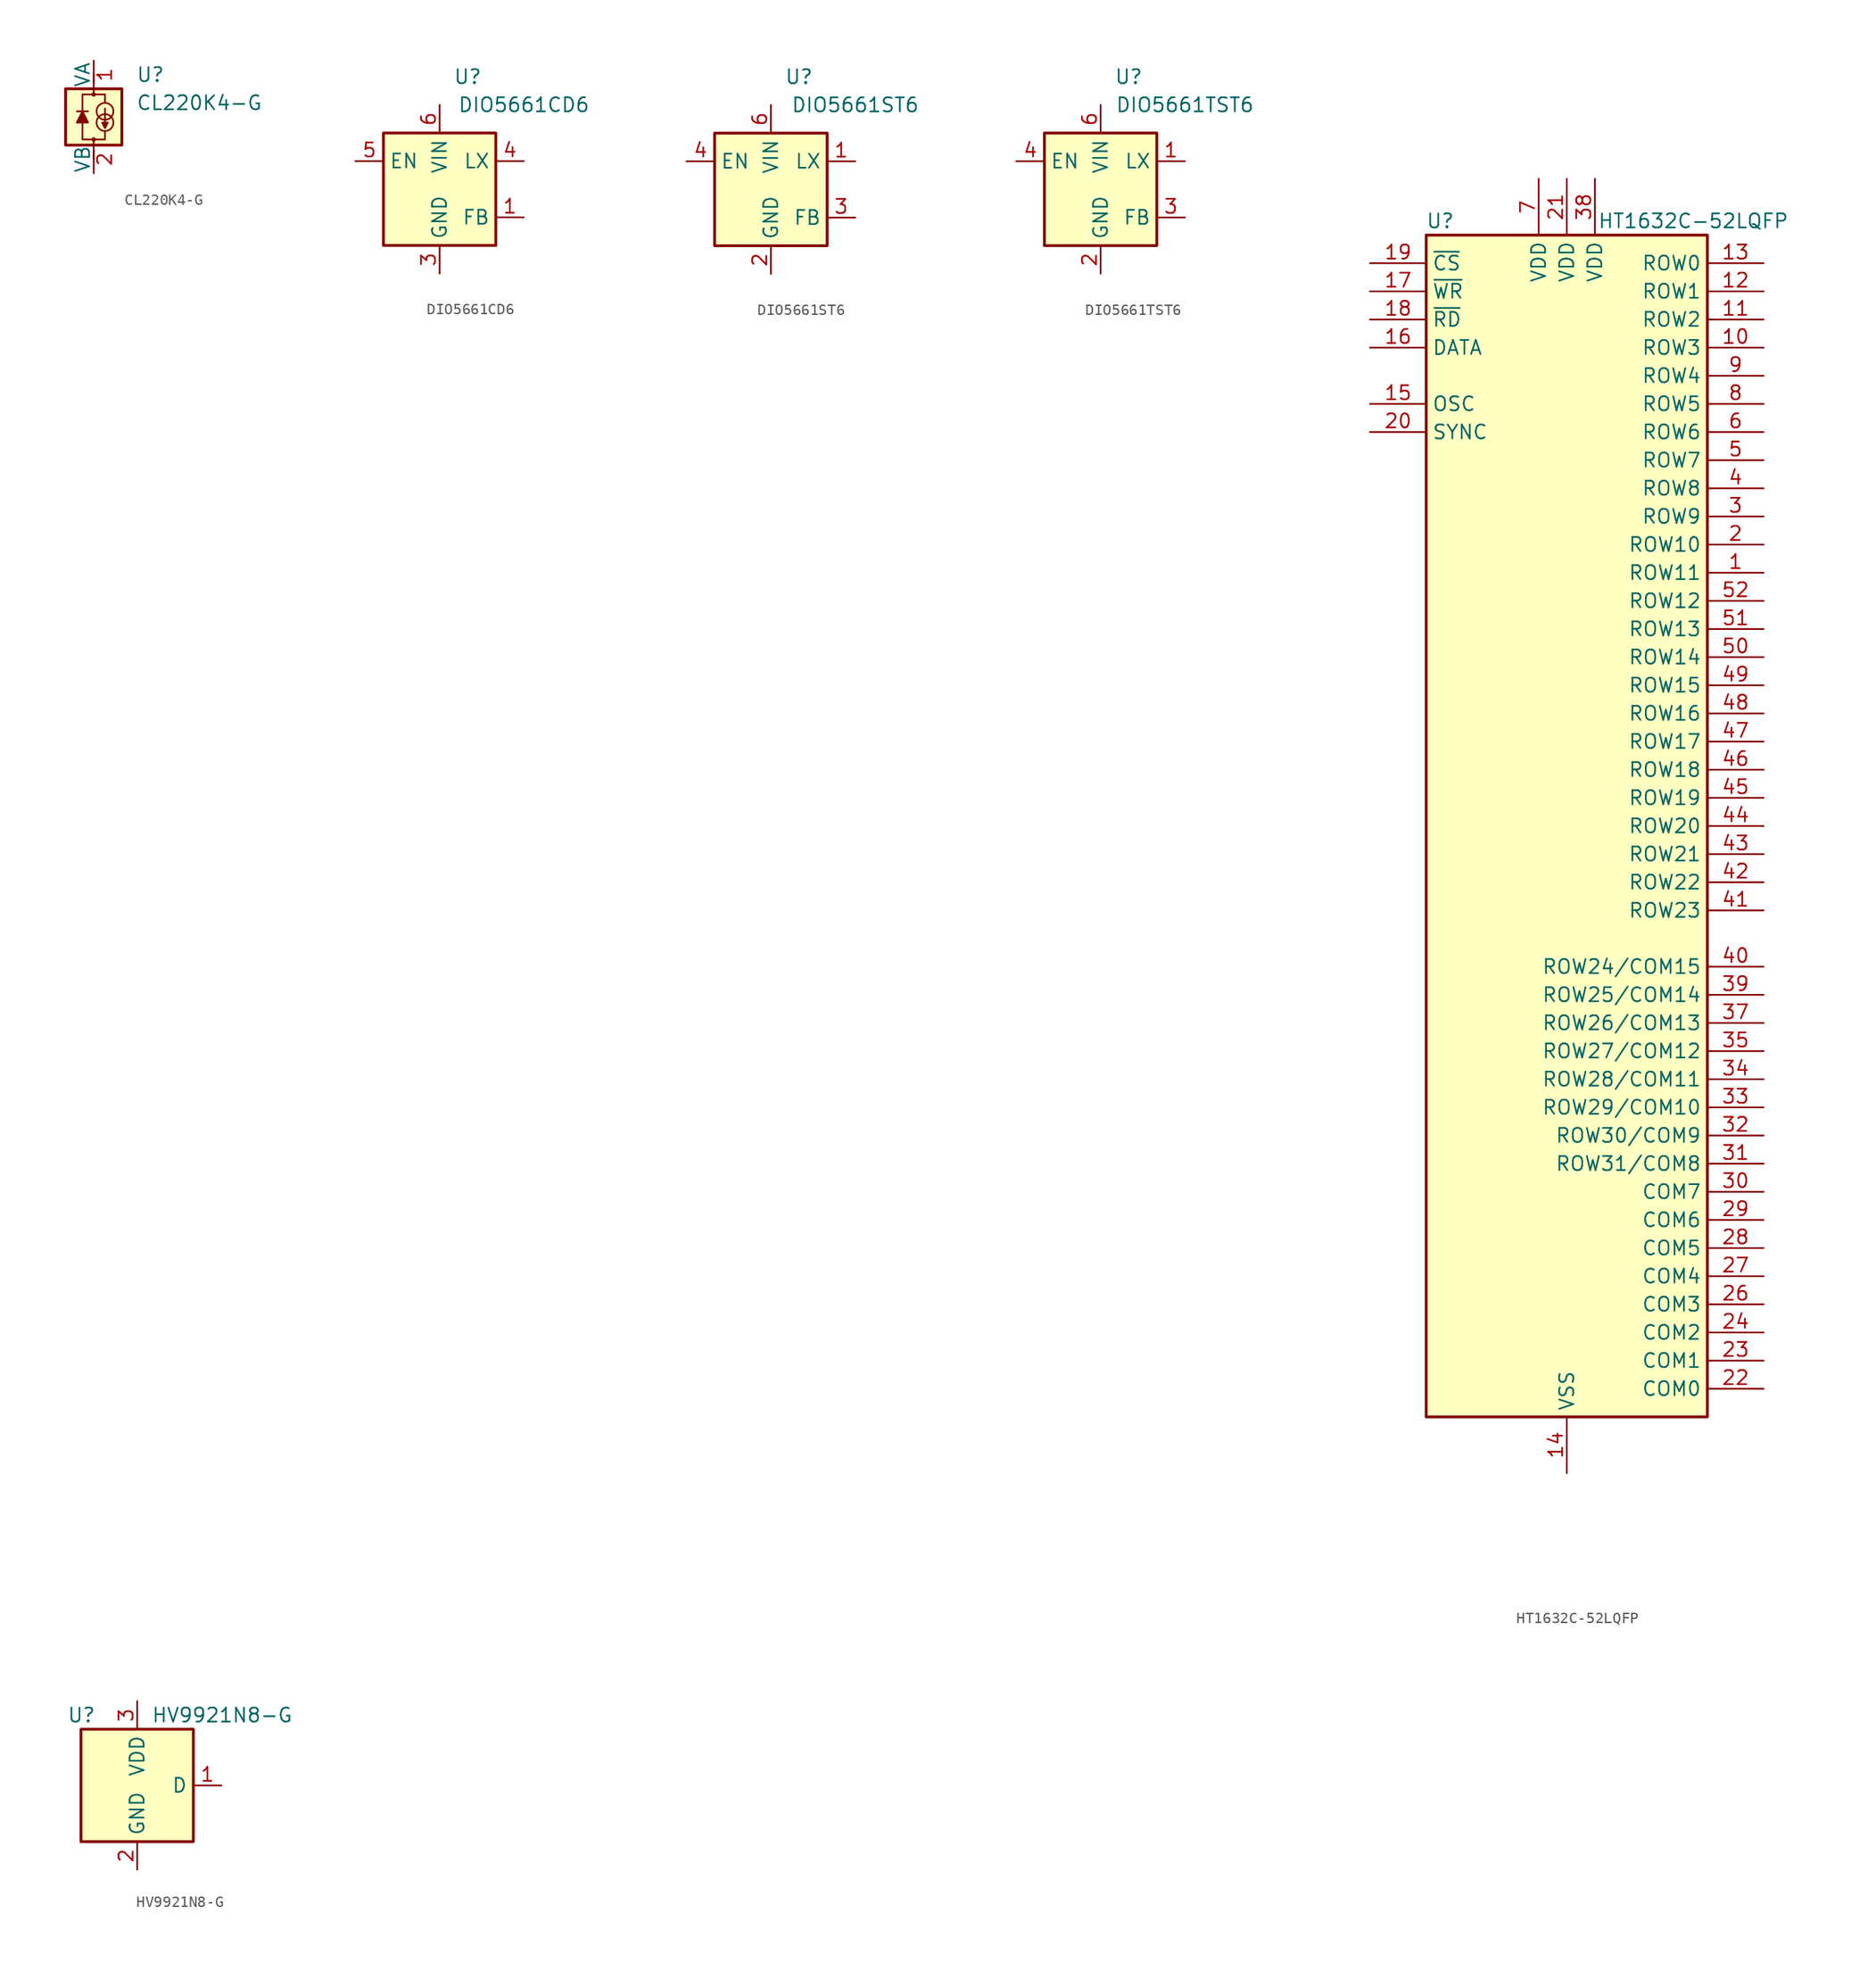
<source format=kicad_sym>
(kicad_symbol_lib
  (version 20211014)
  (generator kicad_symbol_editor)
  (symbol "CL220K4-G"
    (pin_names
      (offset 0))
    (property "Reference" "U"
      (at 3.81 3.81 0)
      (effects (font (size 1.27 1.27)) (justify left)))
    (property "Value" "CL220K4-G"
      (at 3.81 1.27 0)
      (effects (font (size 1.27 1.27)) (justify left)))
    (symbol "CL220K4-G_0_1"
      (rectangle (start -2.54 2.54) (end 2.54 -2.54) (stroke (width 0.254) (type default) (color 0 0 0 0)) (fill (type background)))
      (circle (center 0 -2.032) (radius 0.127) (stroke (width 0) (type default) (color 0 0 0 0)) (fill (type none)))
      (polyline (pts (xy -1.524 0.508) (xy -0.508 0.508)) (stroke (width 0) (type default) (color 0 0 0 0)) (fill (type none)))
      (polyline (pts (xy 0 -3.048) (xy 0 -3.81)) (stroke (width 0) (type default) (color 0 0 0 0)) (fill (type none)))
      (polyline (pts (xy 0 -2.032) (xy 0 -2.54)) (stroke (width 0) (type default) (color 0 0 0 0)) (fill (type none)))
      (polyline (pts (xy 0 2.032) (xy 0 2.54)) (stroke (width 0) (type default) (color 0 0 0 0)) (fill (type none)))
      (polyline (pts (xy 0 3.048) (xy 0 3.81)) (stroke (width 0) (type default) (color 0 0 0 0)) (fill (type none)))
      (polyline (pts (xy -1.016 -0.508) (xy -1.016 -2.032) (xy 1.016 -2.032) (xy 1.016 -1.27)) (stroke (width 0) (type default) (color 0 0 0 0)) (fill (type none)))
      (polyline (pts (xy -1.016 0.508) (xy -1.524 -0.508) (xy -0.508 -0.508) (xy -1.016 0.508)) (stroke (width 0) (type default) (color 0 0 0 0)) (fill (type outline)))
      (polyline (pts (xy 1.016 1.27) (xy 1.016 2.032) (xy -1.016 2.032) (xy -1.016 0.508)) (stroke (width 0) (type default) (color 0 0 0 0)) (fill (type none)))
      (polyline (pts (xy 1.016 0.762) (xy 1.016 -1.016) (xy 0.762 -0.508) (xy 1.27 -0.508) (xy 1.016 -1.016)) (stroke (width 0) (type default) (color 0 0 0 0)) (fill (type outline)))
      (circle (center 0 2.032) (radius 0.127) (stroke (width 0) (type default) (color 0 0 0 0)) (fill (type none)))
      (circle (center 1.016 -0.508) (radius 0.762) (stroke (width 0) (type default) (color 0 0 0 0)) (fill (type none)))
      (circle (center 1.016 0.508) (radius 0.762) (stroke (width 0) (type default) (color 0 0 0 0)) (fill (type none))))
    (symbol "CL220K4-G_1_1"
      (pin input line (at 0 5.08 270) (length 2.54) (name "VA" (effects (font (size 1.27 1.27)))) (number "1" (effects (font (size 1.27 1.27)))))
      (pin input line (at 0 -5.08 90) (length 2.54) (name "VB" (effects (font (size 1.27 1.27)))) (number "2" (effects (font (size 1.27 1.27)))))
      (pin no_connect line (at 0 -2.54 90) (length 2.54) hide (name "NC" (effects (font (size 1.27 1.27)))) (number "3" (effects (font (size 1.27 1.27)))))))
  (symbol "DIO5661CD6"
    (property "Reference" "U"
      (at 2.54 10.16 0)
      (effects (font (size 1.27 1.27))))
    (property "Value" "DIO5661CD6"
      (at 7.62 7.62 0)
      (effects (font (size 1.27 1.27))))
    (symbol "DIO5661CD6_0_1"
      (rectangle (start 5.08 -5.08) (end -5.08 5.08) (stroke (width 0.254) (type default) (color 0 0 0 0)) (fill (type background))))
    (symbol "DIO5661CD6_1_1"
      (pin input line (at 7.62 -2.54 180) (length 2.54) (name "FB" (effects (font (size 1.27 1.27)))) (number "1" (effects (font (size 1.27 1.27)))))
      (pin no_connect line (at -5.08 -2.54 0) (length 2.54) hide (name "~" (effects (font (size 1.27 1.27)))) (number "2" (effects (font (size 1.27 1.27)))))
      (pin power_in line (at 0 -7.62 90) (length 2.54) (name "GND" (effects (font (size 1.27 1.27)))) (number "3" (effects (font (size 1.27 1.27)))))
      (pin open_collector line (at 7.62 2.54 180) (length 2.54) (name "LX" (effects (font (size 1.27 1.27)))) (number "4" (effects (font (size 1.27 1.27)))))
      (pin input line (at -7.62 2.54 0) (length 2.54) (name "EN" (effects (font (size 1.27 1.27)))) (number "5" (effects (font (size 1.27 1.27)))))
      (pin power_in line (at 0 7.62 270) (length 2.54) (name "VIN" (effects (font (size 1.27 1.27)))) (number "6" (effects (font (size 1.27 1.27)))))
      (pin passive line (at 0 -7.62 90) (length 2.54) hide (name "GND" (effects (font (size 1.27 1.27)))) (number "7" (effects (font (size 1.27 1.27)))))))
  (symbol "DIO5661ST6"
    (property "Reference" "U"
      (at 2.54 10.16 0)
      (effects (font (size 1.27 1.27))))
    (property "Value" "DIO5661ST6"
      (at 7.62 7.62 0)
      (effects (font (size 1.27 1.27))))
    (symbol "DIO5661ST6_0_1"
      (rectangle (start 5.08 -5.08) (end -5.08 5.08) (stroke (width 0.254) (type default) (color 0 0 0 0)) (fill (type background))))
    (symbol "DIO5661ST6_1_1"
      (pin open_collector line (at 7.62 2.54 180) (length 2.54) (name "LX" (effects (font (size 1.27 1.27)))) (number "1" (effects (font (size 1.27 1.27)))))
      (pin power_in line (at 0 -7.62 90) (length 2.54) (name "GND" (effects (font (size 1.27 1.27)))) (number "2" (effects (font (size 1.27 1.27)))))
      (pin input line (at 7.62 -2.54 180) (length 2.54) (name "FB" (effects (font (size 1.27 1.27)))) (number "3" (effects (font (size 1.27 1.27)))))
      (pin input line (at -7.62 2.54 0) (length 2.54) (name "EN" (effects (font (size 1.27 1.27)))) (number "4" (effects (font (size 1.27 1.27)))))
      (pin no_connect line (at -5.08 -2.54 0) (length 2.54) hide (name "~" (effects (font (size 1.27 1.27)))) (number "5" (effects (font (size 1.27 1.27)))))
      (pin power_in line (at 0 7.62 270) (length 2.54) (name "VIN" (effects (font (size 1.27 1.27)))) (number "6" (effects (font (size 1.27 1.27)))))))
  (symbol "DIO5661TST6"
    (property "Reference" "U"
      (at 2.54 10.16 0)
      (effects (font (size 1.27 1.27))))
    (property "Value" "DIO5661TST6"
      (at 7.62 7.62 0)
      (effects (font (size 1.27 1.27))))
    (symbol "DIO5661TST6_0_1"
      (rectangle (start 5.08 -5.08) (end -5.08 5.08) (stroke (width 0.254) (type default) (color 0 0 0 0)) (fill (type background))))
    (symbol "DIO5661TST6_1_1"
      (pin open_collector line (at 7.62 2.54 180) (length 2.54) (name "LX" (effects (font (size 1.27 1.27)))) (number "1" (effects (font (size 1.27 1.27)))))
      (pin power_in line (at 0 -7.62 90) (length 2.54) (name "GND" (effects (font (size 1.27 1.27)))) (number "2" (effects (font (size 1.27 1.27)))))
      (pin input line (at 7.62 -2.54 180) (length 2.54) (name "FB" (effects (font (size 1.27 1.27)))) (number "3" (effects (font (size 1.27 1.27)))))
      (pin input line (at -7.62 2.54 0) (length 2.54) (name "EN" (effects (font (size 1.27 1.27)))) (number "4" (effects (font (size 1.27 1.27)))))
      (pin no_connect line (at -5.08 -2.54 0) (length 2.54) hide (name "~" (effects (font (size 1.27 1.27)))) (number "5" (effects (font (size 1.27 1.27)))))
      (pin power_in line (at 0 7.62 270) (length 2.54) (name "VIN" (effects (font (size 1.27 1.27)))) (number "6" (effects (font (size 1.27 1.27)))))))
  (symbol "HT1632C-52LQFP"
    (property "Reference" "U"
      (at -11.43 54.61 0)
      (effects (font (size 1.27 1.27))))
    (property "Value" "HT1632C-52LQFP"
      (at 11.43 54.61 0)
      (effects (font (size 1.27 1.27))))
    (symbol "HT1632C-52LQFP_0_1"
      (rectangle (start -12.7 53.34) (end 12.7 -53.34) (stroke (width 0.254) (type default) (color 0 0 0 0)) (fill (type background))))
    (symbol "HT1632C-52LQFP_1_1"
      (pin output line (at 17.78 22.86 180) (length 5.08) (name "ROW11" (effects (font (size 1.27 1.27)))) (number "1" (effects (font (size 1.27 1.27)))))
      (pin output line (at 17.78 43.18 180) (length 5.08) (name "ROW3" (effects (font (size 1.27 1.27)))) (number "10" (effects (font (size 1.27 1.27)))))
      (pin output line (at 17.78 45.72 180) (length 5.08) (name "ROW2" (effects (font (size 1.27 1.27)))) (number "11" (effects (font (size 1.27 1.27)))))
      (pin output line (at 17.78 48.26 180) (length 5.08) (name "ROW1" (effects (font (size 1.27 1.27)))) (number "12" (effects (font (size 1.27 1.27)))))
      (pin output line (at 17.78 50.8 180) (length 5.08) (name "ROW0" (effects (font (size 1.27 1.27)))) (number "13" (effects (font (size 1.27 1.27)))))
      (pin power_in line (at 0 -58.42 90) (length 5.08) (name "VSS" (effects (font (size 1.27 1.27)))) (number "14" (effects (font (size 1.27 1.27)))))
      (pin bidirectional line (at -17.78 38.1 0) (length 5.08) (name "OSC" (effects (font (size 1.27 1.27)))) (number "15" (effects (font (size 1.27 1.27)))))
      (pin bidirectional line (at -17.78 43.18 0) (length 5.08) (name "DATA" (effects (font (size 1.27 1.27)))) (number "16" (effects (font (size 1.27 1.27)))))
      (pin input line (at -17.78 48.26 0) (length 5.08) (name "~{WR}" (effects (font (size 1.27 1.27)))) (number "17" (effects (font (size 1.27 1.27)))))
      (pin input line (at -17.78 45.72 0) (length 5.08) (name "~{RD}" (effects (font (size 1.27 1.27)))) (number "18" (effects (font (size 1.27 1.27)))))
      (pin input line (at -17.78 50.8 0) (length 5.08) (name "~{CS}" (effects (font (size 1.27 1.27)))) (number "19" (effects (font (size 1.27 1.27)))))
      (pin output line (at 17.78 25.4 180) (length 5.08) (name "ROW10" (effects (font (size 1.27 1.27)))) (number "2" (effects (font (size 1.27 1.27)))))
      (pin bidirectional line (at -17.78 35.56 0) (length 5.08) (name "SYNC" (effects (font (size 1.27 1.27)))) (number "20" (effects (font (size 1.27 1.27)))))
      (pin power_in line (at 0 58.42 270) (length 5.08) (name "VDD" (effects (font (size 1.27 1.27)))) (number "21" (effects (font (size 1.27 1.27)))))
      (pin output line (at 17.78 -50.8 180) (length 5.08) (name "COM0" (effects (font (size 1.27 1.27)))) (number "22" (effects (font (size 1.27 1.27)))))
      (pin output line (at 17.78 -48.26 180) (length 5.08) (name "COM1" (effects (font (size 1.27 1.27)))) (number "23" (effects (font (size 1.27 1.27)))))
      (pin output line (at 17.78 -45.72 180) (length 5.08) (name "COM2" (effects (font (size 1.27 1.27)))) (number "24" (effects (font (size 1.27 1.27)))))
      (pin passive line (at 0 -58.42 90) (length 5.08) hide (name "VSS" (effects (font (size 1.27 1.27)))) (number "25" (effects (font (size 1.27 1.27)))))
      (pin output line (at 17.78 -43.18 180) (length 5.08) (name "COM3" (effects (font (size 1.27 1.27)))) (number "26" (effects (font (size 1.27 1.27)))))
      (pin output line (at 17.78 -40.64 180) (length 5.08) (name "COM4" (effects (font (size 1.27 1.27)))) (number "27" (effects (font (size 1.27 1.27)))))
      (pin output line (at 17.78 -38.1 180) (length 5.08) (name "COM5" (effects (font (size 1.27 1.27)))) (number "28" (effects (font (size 1.27 1.27)))))
      (pin output line (at 17.78 -35.56 180) (length 5.08) (name "COM6" (effects (font (size 1.27 1.27)))) (number "29" (effects (font (size 1.27 1.27)))))
      (pin output line (at 17.78 27.94 180) (length 5.08) (name "ROW9" (effects (font (size 1.27 1.27)))) (number "3" (effects (font (size 1.27 1.27)))))
      (pin output line (at 17.78 -33.02 180) (length 5.08) (name "COM7" (effects (font (size 1.27 1.27)))) (number "30" (effects (font (size 1.27 1.27)))))
      (pin output line (at 17.78 -30.48 180) (length 5.08) (name "ROW31/COM8" (effects (font (size 1.27 1.27)))) (number "31" (effects (font (size 1.27 1.27)))))
      (pin output line (at 17.78 -27.94 180) (length 5.08) (name "ROW30/COM9" (effects (font (size 1.27 1.27)))) (number "32" (effects (font (size 1.27 1.27)))))
      (pin output line (at 17.78 -25.4 180) (length 5.08) (name "ROW29/COM10" (effects (font (size 1.27 1.27)))) (number "33" (effects (font (size 1.27 1.27)))))
      (pin output line (at 17.78 -22.86 180) (length 5.08) (name "ROW28/COM11" (effects (font (size 1.27 1.27)))) (number "34" (effects (font (size 1.27 1.27)))))
      (pin output line (at 17.78 -20.32 180) (length 5.08) (name "ROW27/COM12" (effects (font (size 1.27 1.27)))) (number "35" (effects (font (size 1.27 1.27)))))
      (pin passive line (at 0 -58.42 90) (length 5.08) hide (name "VSS" (effects (font (size 1.27 1.27)))) (number "36" (effects (font (size 1.27 1.27)))))
      (pin output line (at 17.78 -17.78 180) (length 5.08) (name "ROW26/COM13" (effects (font (size 1.27 1.27)))) (number "37" (effects (font (size 1.27 1.27)))))
      (pin power_in line (at 2.54 58.42 270) (length 5.08) (name "VDD" (effects (font (size 1.27 1.27)))) (number "38" (effects (font (size 1.27 1.27)))))
      (pin output line (at 17.78 -15.24 180) (length 5.08) (name "ROW25/COM14" (effects (font (size 1.27 1.27)))) (number "39" (effects (font (size 1.27 1.27)))))
      (pin output line (at 17.78 30.48 180) (length 5.08) (name "ROW8" (effects (font (size 1.27 1.27)))) (number "4" (effects (font (size 1.27 1.27)))))
      (pin output line (at 17.78 -12.7 180) (length 5.08) (name "ROW24/COM15" (effects (font (size 1.27 1.27)))) (number "40" (effects (font (size 1.27 1.27)))))
      (pin output line (at 17.78 -7.62 180) (length 5.08) (name "ROW23" (effects (font (size 1.27 1.27)))) (number "41" (effects (font (size 1.27 1.27)))))
      (pin output line (at 17.78 -5.08 180) (length 5.08) (name "ROW22" (effects (font (size 1.27 1.27)))) (number "42" (effects (font (size 1.27 1.27)))))
      (pin output line (at 17.78 -2.54 180) (length 5.08) (name "ROW21" (effects (font (size 1.27 1.27)))) (number "43" (effects (font (size 1.27 1.27)))))
      (pin output line (at 17.78 0 180) (length 5.08) (name "ROW20" (effects (font (size 1.27 1.27)))) (number "44" (effects (font (size 1.27 1.27)))))
      (pin output line (at 17.78 2.54 180) (length 5.08) (name "ROW19" (effects (font (size 1.27 1.27)))) (number "45" (effects (font (size 1.27 1.27)))))
      (pin output line (at 17.78 5.08 180) (length 5.08) (name "ROW18" (effects (font (size 1.27 1.27)))) (number "46" (effects (font (size 1.27 1.27)))))
      (pin output line (at 17.78 7.62 180) (length 5.08) (name "ROW17" (effects (font (size 1.27 1.27)))) (number "47" (effects (font (size 1.27 1.27)))))
      (pin output line (at 17.78 10.16 180) (length 5.08) (name "ROW16" (effects (font (size 1.27 1.27)))) (number "48" (effects (font (size 1.27 1.27)))))
      (pin output line (at 17.78 12.7 180) (length 5.08) (name "ROW15" (effects (font (size 1.27 1.27)))) (number "49" (effects (font (size 1.27 1.27)))))
      (pin output line (at 17.78 33.02 180) (length 5.08) (name "ROW7" (effects (font (size 1.27 1.27)))) (number "5" (effects (font (size 1.27 1.27)))))
      (pin output line (at 17.78 15.24 180) (length 5.08) (name "ROW14" (effects (font (size 1.27 1.27)))) (number "50" (effects (font (size 1.27 1.27)))))
      (pin output line (at 17.78 17.78 180) (length 5.08) (name "ROW13" (effects (font (size 1.27 1.27)))) (number "51" (effects (font (size 1.27 1.27)))))
      (pin output line (at 17.78 20.32 180) (length 5.08) (name "ROW12" (effects (font (size 1.27 1.27)))) (number "52" (effects (font (size 1.27 1.27)))))
      (pin output line (at 17.78 35.56 180) (length 5.08) (name "ROW6" (effects (font (size 1.27 1.27)))) (number "6" (effects (font (size 1.27 1.27)))))
      (pin power_in line (at -2.54 58.42 270) (length 5.08) (name "VDD" (effects (font (size 1.27 1.27)))) (number "7" (effects (font (size 1.27 1.27)))))
      (pin output line (at 17.78 38.1 180) (length 5.08) (name "ROW5" (effects (font (size 1.27 1.27)))) (number "8" (effects (font (size 1.27 1.27)))))
      (pin output line (at 17.78 40.64 180) (length 5.08) (name "ROW4" (effects (font (size 1.27 1.27)))) (number "9" (effects (font (size 1.27 1.27)))))))
  (symbol "HV9921N8-G"
    (property "Reference" "U"
      (at -6.35 6.35 0)
      (effects (font (size 1.27 1.27)) (justify left)))
    (property "Value" "HV9921N8-G"
      (at 1.27 6.35 0)
      (effects (font (size 1.27 1.27)) (justify left)))
    (symbol "HV9921N8-G_0_1"
      (rectangle (start -5.08 5.08) (end 5.08 -5.08) (stroke (width 0.254) (type default) (color 0 0 0 0)) (fill (type background))))
    (symbol "HV9921N8-G_1_1"
      (pin passive line (at 7.62 0 180) (length 2.54) (name "D" (effects (font (size 1.27 1.27)))) (number "1" (effects (font (size 1.27 1.27)))))
      (pin power_in line (at 0 -7.62 90) (length 2.54) (name "GND" (effects (font (size 1.27 1.27)))) (number "2" (effects (font (size 1.27 1.27)))))
      (pin output line (at 0 7.62 270) (length 2.54) (name "VDD" (effects (font (size 1.27 1.27)))) (number "3" (effects (font (size 1.27 1.27))))))))
</source>
